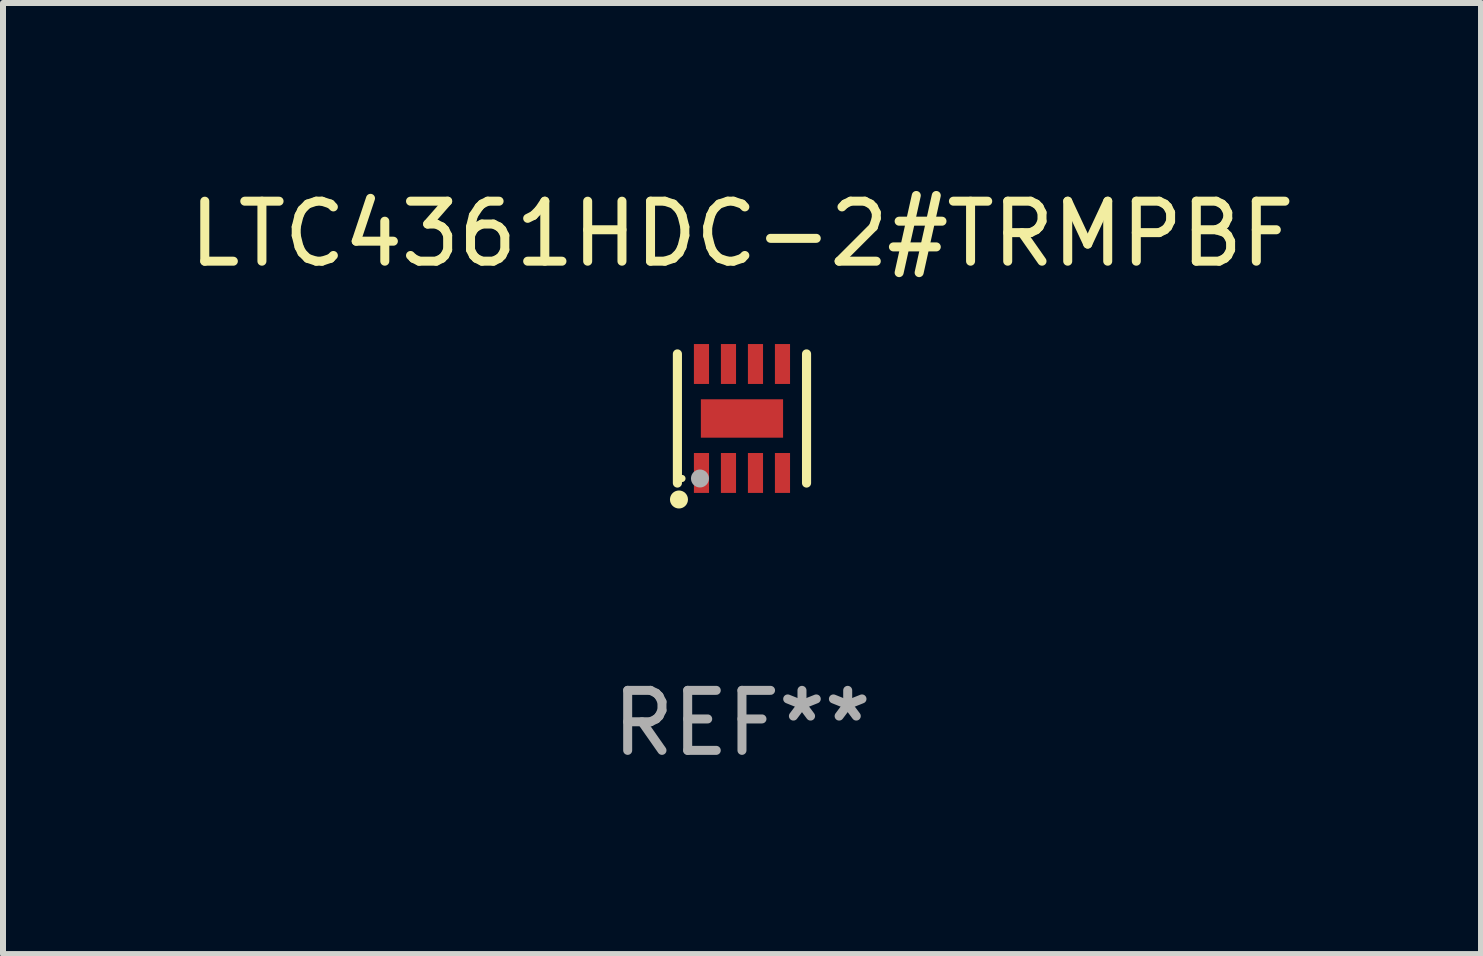
<source format=kicad_pcb>
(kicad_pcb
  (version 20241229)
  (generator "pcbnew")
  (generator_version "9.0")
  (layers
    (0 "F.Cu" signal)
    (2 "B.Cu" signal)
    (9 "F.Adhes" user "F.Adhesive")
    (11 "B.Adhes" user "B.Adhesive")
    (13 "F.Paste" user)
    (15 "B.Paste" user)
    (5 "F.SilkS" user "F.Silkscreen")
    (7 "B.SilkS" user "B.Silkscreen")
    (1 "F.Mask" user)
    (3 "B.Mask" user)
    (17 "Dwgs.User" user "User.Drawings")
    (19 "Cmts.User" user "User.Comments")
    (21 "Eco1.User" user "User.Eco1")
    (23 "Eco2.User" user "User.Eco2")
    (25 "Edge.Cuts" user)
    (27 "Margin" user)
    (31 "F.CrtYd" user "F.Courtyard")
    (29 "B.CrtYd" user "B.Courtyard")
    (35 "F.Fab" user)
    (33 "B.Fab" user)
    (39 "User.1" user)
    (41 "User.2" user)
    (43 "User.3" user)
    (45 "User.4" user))
  (footprint "LTC4361HDC-2#TRMPBF"
    (layer "F.Cu")
    (at 9.315 3.924)
    (property "Reference" "LTC4361HDC-2#TRMPBF" (at 0 -3.076 0) (layer "F.SilkS") (effects (font (size 1 1) (thickness 0.15))))
    (attr through_hole)
    (fp_line (start -1.076 1.076) (end -1.076 -1.076) (stroke (width 0.152) (type solid)) (layer "F.SilkS"))
    (fp_line (start 1.076 1.076) (end 1.076 -1.076) (stroke (width 0.152) (type solid)) (layer "F.SilkS"))
    (fp_circle (center -1.05 1.35) (end -0.975 1.35) (stroke (width 0.15) (type solid)) (fill no) (layer "F.SilkS"))
    (fp_circle (center -1 1) (end -0.97 1) (stroke (width 0.06) (type solid)) (fill no) (layer "F.SilkS"))
    (fp_circle (center -0.7 1) (end -0.625 1) (stroke (width 0.15) (type solid)) (fill no) (layer "F.Fab"))
    (fp_text user "REF**" (at 0 5.076 0) (layer "F.Fab") (effects (font (size 1 1) (thickness 0.15))))
    (pad "1" smd rect (at -0.675 0.908) (size 0.252 0.665) (layers "F.Cu" "F.Mask" "F.Paste"))
    (pad "2" smd rect (at -0.225 0.908) (size 0.252 0.665) (layers "F.Cu" "F.Mask" "F.Paste"))
    (pad "3" smd rect (at 0.225 0.908) (size 0.252 0.665) (layers "F.Cu" "F.Mask" "F.Paste"))
    (pad "4" smd rect (at 0.675 0.908) (size 0.252 0.665) (layers "F.Cu" "F.Mask" "F.Paste"))
    (pad "5" smd rect (at 0.675 -0.908) (size 0.252 0.665) (layers "F.Cu" "F.Mask" "F.Paste"))
    (pad "6" smd rect (at 0.225 -0.908) (size 0.252 0.665) (layers "F.Cu" "F.Mask" "F.Paste"))
    (pad "7" smd rect (at -0.225 -0.908) (size 0.252 0.665) (layers "F.Cu" "F.Mask" "F.Paste"))
    (pad "8" smd rect (at -0.675 -0.908) (size 0.252 0.665) (layers "F.Cu" "F.Mask" "F.Paste"))
    (pad "9" smd rect (at 0 0) (size 1.37 0.64) (layers "F.Cu" "F.Mask" "F.Paste")))
  (gr_rect
    (start -3 -3)
    (end 21.631 12.849)
    (stroke (width 0.1) (type default))
    (fill no)
    (layer "Edge.Cuts")))
</source>
